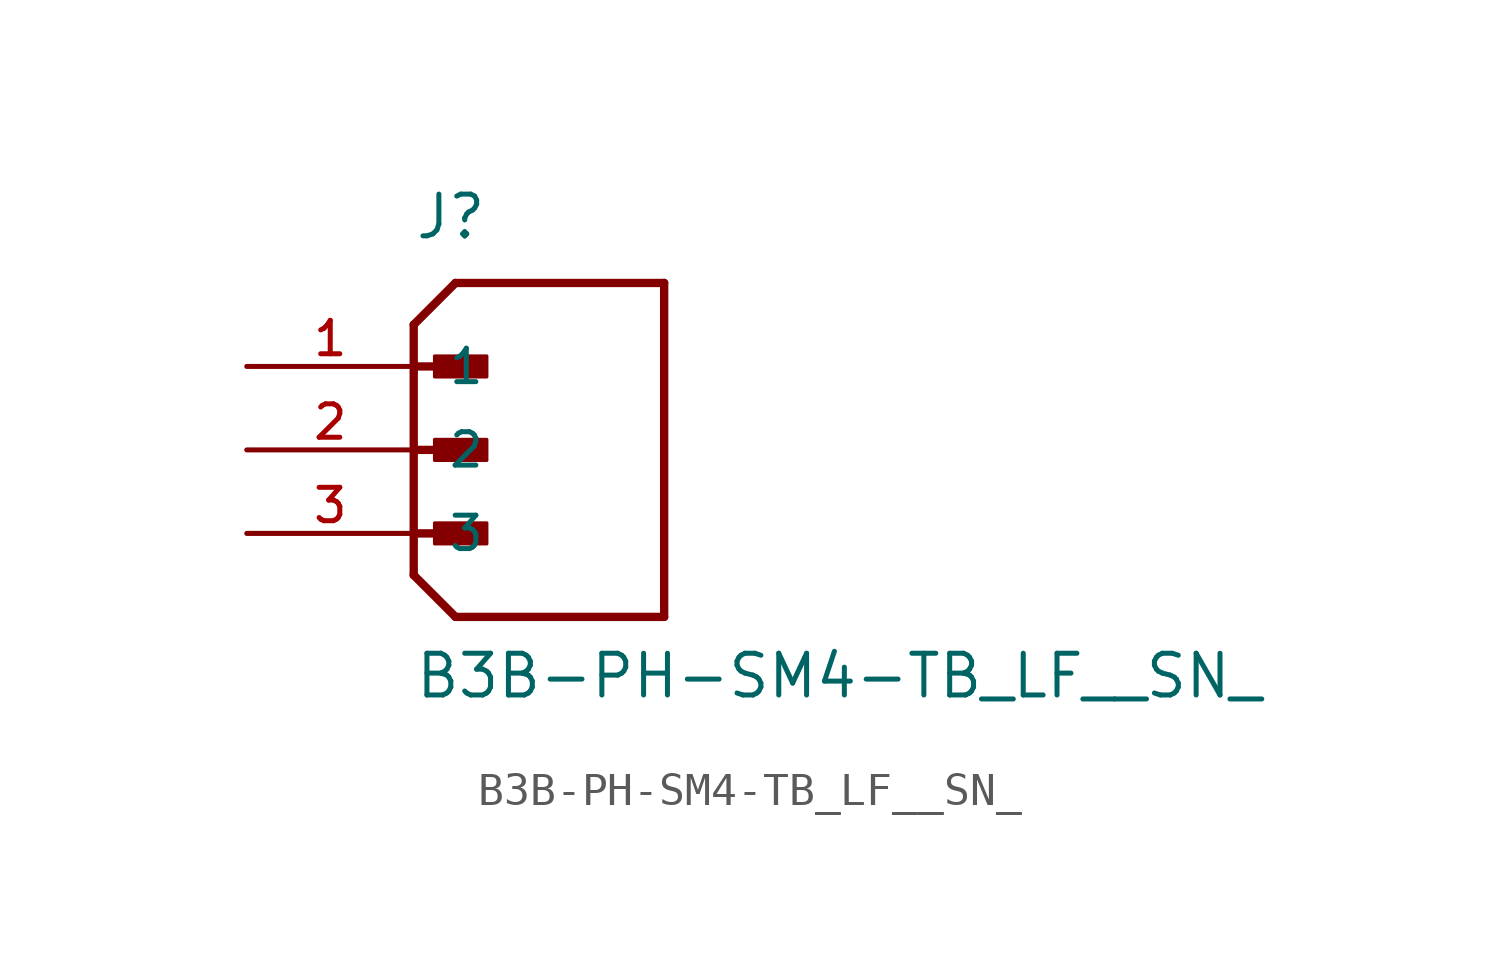
<source format=kicad_sym>
(kicad_symbol_lib
  (version 20211014)
  (generator kicad_symbol_editor)
  (symbol "B3B-PH-SM4-TB_LF__SN_"
    (pin_names
      (offset 1.016))
    (property "Reference" "J"
      (at 0.0 6.35 0)
      (effects (font (size 1.27 1.27)) (justify bottom left)))
    (property "Value" "B3B-PH-SM4-TB_LF__SN_"
      (at 0.0 -7.62 0)
      (effects (font (size 1.27 1.27)) (justify bottom left)))
    (symbol "B3B-PH-SM4-TB_LF__SN__0_0"
      (polyline (pts (xy 0.0 3.81) (xy 1.27 5.08)) (stroke (width 0.254)))
      (polyline (pts (xy 0.0 -3.81) (xy 1.27 -5.08)) (stroke (width 0.254)))
      (polyline (pts (xy 1.27 -5.08) (xy 7.62 -5.08)) (stroke (width 0.254)))
      (polyline (pts (xy 7.62 -5.08) (xy 7.62 5.08)) (stroke (width 0.254)))
      (polyline (pts (xy 7.62 5.08) (xy 1.27 5.08)) (stroke (width 0.254)))
      (polyline (pts (xy 0.0 2.54) (xy 1.905 2.54)) (stroke (width 0.254)))
      (rectangle (start 0.635 2.223) (end 2.223 2.857) (stroke (width 0.1)) (fill (type outline)))
      (polyline (pts (xy 0.0 0.0) (xy 1.905 0.0)) (stroke (width 0.254)))
      (rectangle (start 0.635 -0.318) (end 2.223 0.318) (stroke (width 0.1)) (fill (type outline)))
      (polyline (pts (xy 0.0 -2.54) (xy 1.905 -2.54)) (stroke (width 0.254)))
      (rectangle (start 0.635 -2.857) (end 2.223 -2.223) (stroke (width 0.1)) (fill (type outline)))
      (polyline (pts (xy 0.0 3.81) (xy 0.0 -3.81)) (stroke (width 0.254)))
      (pin passive line (at -5.08 2.54 0) (length 5.08) (name "1" (effects (font (size 1.016 1.016)))) (number "1" (effects (font (size 1.016 1.016)))))
      (pin passive line (at -5.08 0.0 0) (length 5.08) (name "2" (effects (font (size 1.016 1.016)))) (number "2" (effects (font (size 1.016 1.016)))))
      (pin passive line (at -5.08 -2.54 0) (length 5.08) (name "3" (effects (font (size 1.016 1.016)))) (number "3" (effects (font (size 1.016 1.016))))))))
</source>
